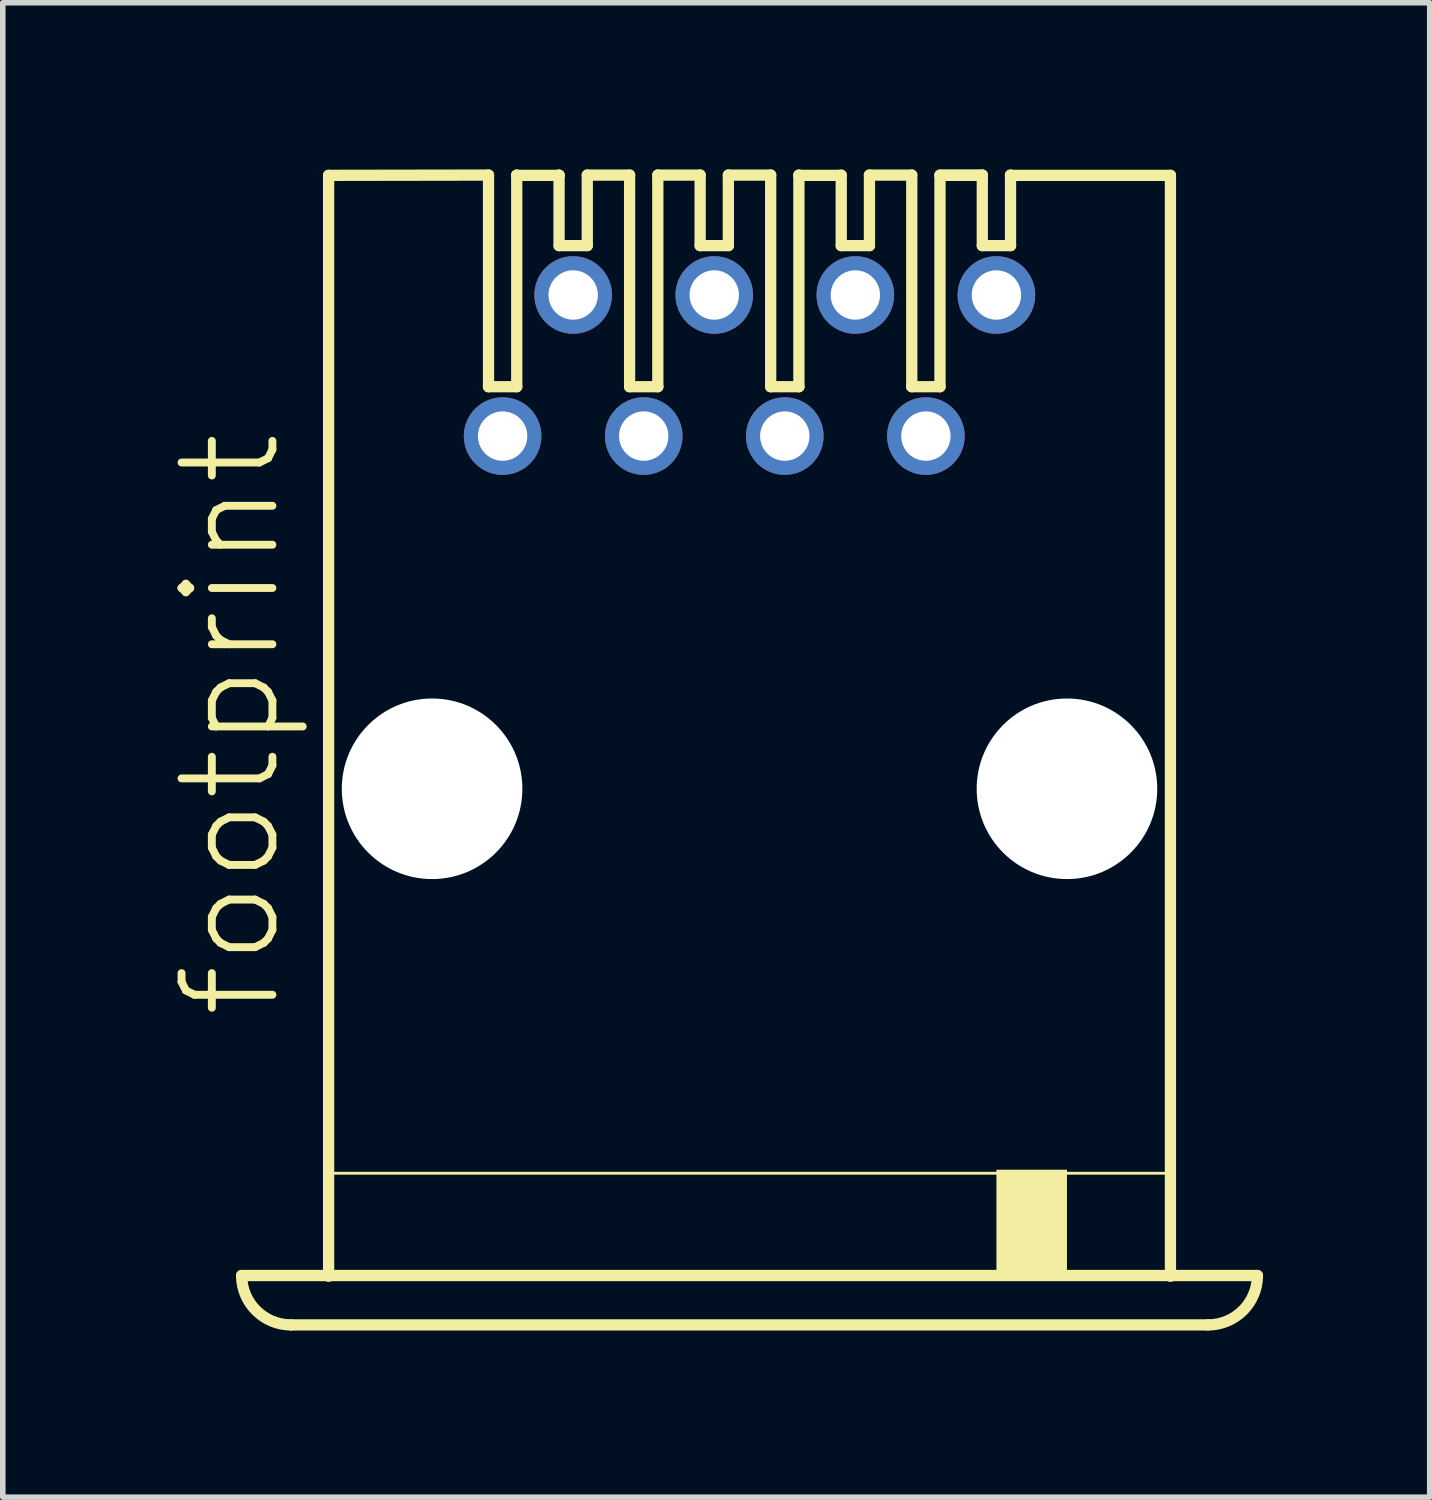
<source format=kicad_pcb>
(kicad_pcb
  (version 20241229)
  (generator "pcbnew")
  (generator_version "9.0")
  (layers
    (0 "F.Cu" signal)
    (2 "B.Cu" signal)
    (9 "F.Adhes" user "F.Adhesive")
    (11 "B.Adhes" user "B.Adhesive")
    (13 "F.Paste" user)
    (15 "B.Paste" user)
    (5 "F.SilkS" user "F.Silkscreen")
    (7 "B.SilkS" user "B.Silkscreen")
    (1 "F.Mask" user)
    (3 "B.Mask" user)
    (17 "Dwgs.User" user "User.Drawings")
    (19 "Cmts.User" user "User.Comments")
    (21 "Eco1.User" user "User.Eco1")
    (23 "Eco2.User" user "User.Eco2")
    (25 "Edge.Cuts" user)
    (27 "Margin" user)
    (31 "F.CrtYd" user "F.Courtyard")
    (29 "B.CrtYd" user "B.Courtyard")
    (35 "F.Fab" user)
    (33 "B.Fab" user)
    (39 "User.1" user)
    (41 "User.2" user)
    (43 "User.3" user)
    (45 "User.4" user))
  (footprint "footprint"
    (layer "F.Cu")
    (at 10.444 11.151)
    (property "Reference" "footprint" (at -8.382 4.191 90) (layer "F.SilkS") (effects (font (size 1.636 1.636) (thickness 0.142)) (justify left bottom)))
    (fp_line (start -7.578 -11.044) (end -4.699 -11.049) (stroke (width 0.203) (type solid)) (layer "F.SilkS"))
    (fp_line (start -7.578 8.776) (end -7.578 -11.044) (stroke (width 0.203) (type solid)) (layer "F.SilkS"))
    (fp_line (start -4.699 -11.049) (end -4.699 -7.239) (stroke (width 0.203) (type solid)) (layer "F.SilkS"))
    (fp_line (start -4.699 -7.239) (end -4.191 -7.239) (stroke (width 0.203) (type solid)) (layer "F.SilkS"))
    (fp_line (start -4.191 -11.049) (end -4.191 -11.044) (stroke (width 0.203) (type solid)) (layer "F.SilkS"))
    (fp_line (start -4.191 -11.044) (end -4.191 -7.239) (stroke (width 0.203) (type solid)) (layer "F.SilkS"))
    (fp_line (start -4.191 -11.044) (end -3.429 -11.044) (stroke (width 0.203) (type solid)) (layer "F.SilkS"))
    (fp_line (start -3.429 -11.049) (end -3.429 -11.044) (stroke (width 0.203) (type solid)) (layer "F.SilkS"))
    (fp_line (start -3.429 -11.044) (end -3.429 -9.779) (stroke (width 0.203) (type solid)) (layer "F.SilkS"))
    (fp_line (start -3.429 -9.779) (end -2.921 -9.779) (stroke (width 0.203) (type solid)) (layer "F.SilkS"))
    (fp_line (start -2.921 -11.049) (end -2.921 -9.779) (stroke (width 0.203) (type solid)) (layer "F.SilkS"))
    (fp_line (start -2.921 -11.049) (end -2.159 -11.049) (stroke (width 0.203) (type solid)) (layer "F.SilkS"))
    (fp_line (start -2.159 -11.049) (end -2.159 -7.239) (stroke (width 0.203) (type solid)) (layer "F.SilkS"))
    (fp_line (start -2.159 -7.239) (end -1.651 -7.239) (stroke (width 0.203) (type solid)) (layer "F.SilkS"))
    (fp_line (start -1.651 -11.049) (end -1.651 -7.239) (stroke (width 0.203) (type solid)) (layer "F.SilkS"))
    (fp_line (start -1.651 -11.049) (end -0.889 -11.049) (stroke (width 0.203) (type solid)) (layer "F.SilkS"))
    (fp_line (start -0.889 -11.049) (end -0.889 -9.779) (stroke (width 0.203) (type solid)) (layer "F.SilkS"))
    (fp_line (start -0.889 -9.779) (end -0.381 -9.779) (stroke (width 0.203) (type solid)) (layer "F.SilkS"))
    (fp_line (start -0.381 -11.049) (end -0.381 -9.779) (stroke (width 0.203) (type solid)) (layer "F.SilkS"))
    (fp_line (start -0.381 -11.049) (end 0.381 -11.049) (stroke (width 0.203) (type solid)) (layer "F.SilkS"))
    (fp_line (start 0.381 -11.049) (end 0.381 -7.239) (stroke (width 0.203) (type solid)) (layer "F.SilkS"))
    (fp_line (start 0.381 -7.239) (end 0.889 -7.239) (stroke (width 0.203) (type solid)) (layer "F.SilkS"))
    (fp_line (start 0.889 -11.049) (end 0.889 -11.044) (stroke (width 0.203) (type solid)) (layer "F.SilkS"))
    (fp_line (start 0.889 -11.044) (end 0.889 -7.239) (stroke (width 0.203) (type solid)) (layer "F.SilkS"))
    (fp_line (start 0.889 -11.044) (end 1.651 -11.044) (stroke (width 0.203) (type solid)) (layer "F.SilkS"))
    (fp_line (start 1.651 -11.049) (end 1.651 -9.779) (stroke (width 0.203) (type solid)) (layer "F.SilkS"))
    (fp_line (start 1.651 -9.779) (end 2.159 -9.779) (stroke (width 0.203) (type solid)) (layer "F.SilkS"))
    (fp_line (start 2.159 -11.049) (end 2.159 -9.779) (stroke (width 0.203) (type solid)) (layer "F.SilkS"))
    (fp_line (start 2.159 -11.049) (end 2.921 -11.049) (stroke (width 0.203) (type solid)) (layer "F.SilkS"))
    (fp_line (start 2.921 -11.049) (end 2.921 -7.239) (stroke (width 0.203) (type solid)) (layer "F.SilkS"))
    (fp_line (start 2.921 -7.239) (end 3.429 -7.239) (stroke (width 0.203) (type solid)) (layer "F.SilkS"))
    (fp_line (start 3.429 -11.049) (end 4.191 -11.049) (stroke (width 0.203) (type solid)) (layer "F.SilkS"))
    (fp_line (start 3.429 -11.044) (end 3.429 -7.239) (stroke (width 0.203) (type solid)) (layer "F.SilkS"))
    (fp_line (start 3.429 -11.044) (end 4.191 -11.044) (stroke (width 0.203) (type solid)) (layer "F.SilkS"))
    (fp_line (start 4.191 -11.049) (end 4.191 -9.779) (stroke (width 0.203) (type solid)) (layer "F.SilkS"))
    (fp_line (start 4.191 -9.779) (end 4.699 -9.779) (stroke (width 0.203) (type solid)) (layer "F.SilkS"))
    (fp_line (start 4.699 -11.049) (end 4.699 -11.044) (stroke (width 0.203) (type solid)) (layer "F.SilkS"))
    (fp_line (start 4.699 -11.044) (end 4.699 -9.779) (stroke (width 0.203) (type solid)) (layer "F.SilkS"))
    (fp_line (start 4.699 -11.044) (end 7.578 -11.044) (stroke (width 0.203) (type solid)) (layer "F.SilkS"))
    (fp_line (start 7.556 6.921) (end -7.556 6.921) (stroke (width 0.051) (type solid)) (layer "F.SilkS"))
    (fp_line (start 7.578 -11.044) (end 7.578 8.776) (stroke (width 0.203) (type solid)) (layer "F.SilkS"))
    (fp_line (start 8.255 9.652) (end -8.255 9.652) (stroke (width 0.203) (type solid)) (layer "F.SilkS"))
    (fp_line (start 9.144 8.763) (end -9.144 8.763) (stroke (width 0.203) (type solid)) (layer "F.SilkS"))
    (fp_arc (start -8.255 9.652) (mid -8.883618 9.391618) (end -9.144 8.763) (stroke (width 0.2032) (type solid)) (layer "F.SilkS"))
    (fp_arc (start 9.144 8.763) (mid 8.883618 9.391618) (end 8.255 9.652) (stroke (width 0.2032) (type solid)) (layer "F.SilkS"))
    (fp_poly (pts (xy 4.445 8.763) (xy 5.715 8.763) (xy 5.715 6.858) (xy 4.445 6.858)) (stroke (width 0) (type solid)) (fill yes) (layer "F.SilkS"))
    (pad "" np_thru_hole circle (at -5.715 0) (size 3.251 3.251) (drill 3.251) (layers "*.Cu" "*.Mask"))
    (pad "" np_thru_hole circle (at 5.715 0) (size 3.251 3.251) (drill 3.251) (layers "*.Cu" "*.Mask"))
    (pad "1" thru_hole circle (at -4.445 -6.35) (size 1.397 1.397) (drill 0.889) (layers "*.Cu" "*.Mask"))
    (pad "2" thru_hole circle (at -3.175 -8.89) (size 1.397 1.397) (drill 0.889) (layers "*.Cu" "*.Mask"))
    (pad "3" thru_hole circle (at -1.905 -6.35) (size 1.397 1.397) (drill 0.889) (layers "*.Cu" "*.Mask"))
    (pad "4" thru_hole circle (at -0.635 -8.89) (size 1.397 1.397) (drill 0.889) (layers "*.Cu" "*.Mask"))
    (pad "5" thru_hole circle (at 0.635 -6.35) (size 1.397 1.397) (drill 0.889) (layers "*.Cu" "*.Mask"))
    (pad "6" thru_hole circle (at 1.905 -8.89) (size 1.397 1.397) (drill 0.889) (layers "*.Cu" "*.Mask"))
    (pad "7" thru_hole circle (at 3.175 -6.35) (size 1.397 1.397) (drill 0.889) (layers "*.Cu" "*.Mask"))
    (pad "8" thru_hole circle (at 4.445 -8.89) (size 1.397 1.397) (drill 0.889) (layers "*.Cu" "*.Mask")))
  (gr_rect
    (start -3 -3)
    (end 22.69 23.904)
    (stroke (width 0.1) (type default))
    (fill no)
    (layer "Edge.Cuts")))
</source>
